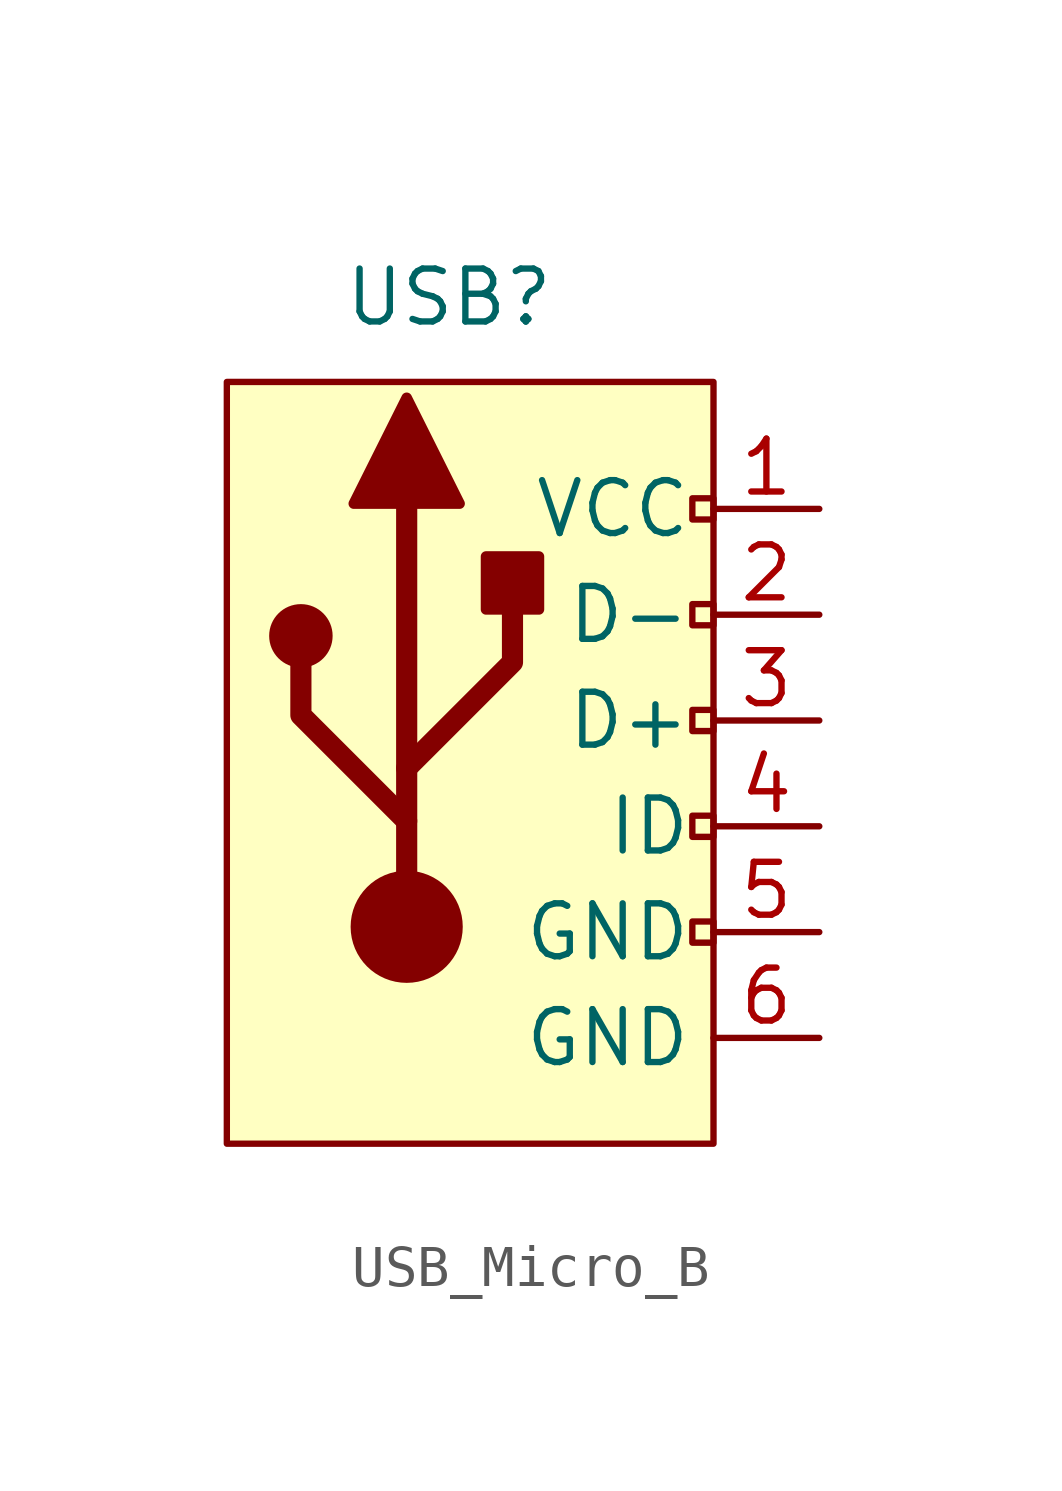
<source format=kicad_sym>
(kicad_symbol_lib
  (version 20220914)
  (generator kicad_symbol_editor)
  (symbol "USB_Micro_B"
    (property "Reference" "USB"
      (at -8.89 5.08 0)
      (effects (font (size 1.27 1.27))))
    (property "Value" ""
      (at -10.16 1.27 0)
      (effects (font (size 1.27 1.27))))
    (symbol "USB_Micro_B_0_0"
      (rectangle (start -3.048 -9.906) (end -2.54 -10.414) (stroke (width 0) (type default)) (fill (type none)))
      (rectangle (start -3.048 -7.366) (end -2.54 -7.874) (stroke (width 0) (type default)) (fill (type none)))
      (rectangle (start -3.048 -4.826) (end -2.54 -5.334) (stroke (width 0) (type default)) (fill (type none)))
      (rectangle (start -3.048 -2.286) (end -2.54 -2.794) (stroke (width 0) (type default)) (fill (type none)))
      (rectangle (start -3.048 0.254) (end -2.54 -0.254) (stroke (width 0) (type default)) (fill (type none))))
    (symbol "USB_Micro_B_0_1"
      (rectangle (start -14.224 3.048) (end -2.54 -15.24) (stroke (width 0) (type default)) (fill (type background))))
    (symbol "USB_Micro_B_1_1"
      (circle (center -12.446 -3.048) (radius 0.635) (stroke (width 0.254) (type default)) (fill (type outline)))
      (circle (center -9.906 -10.033) (radius 1.27) (stroke (width 0) (type default)) (fill (type outline)))
      (rectangle (start -8.001 -1.143) (end -6.731 -2.413) (stroke (width 0.254) (type default)) (fill (type outline)))
      (polyline (pts (xy -9.906 -10.033) (xy -9.906 0.127)) (stroke (width 0.508) (type default)) (fill (type none)))
      (polyline (pts (xy -9.906 -7.493) (xy -12.446 -4.953) (xy -12.446 -3.683)) (stroke (width 0.508) (type default)) (fill (type none)))
      (polyline (pts (xy -9.906 -6.223) (xy -7.366 -3.683) (xy -7.366 -2.413)) (stroke (width 0.508) (type default)) (fill (type none)))
      (polyline (pts (xy -11.176 0.127) (xy -9.906 2.667) (xy -8.636 0.127) (xy -11.176 0.127)) (stroke (width 0.254) (type default)) (fill (type outline)))
      (pin power_out line (at 0 0 180) (length 2.54) (name "VCC" (effects (font (size 1.27 1.27)))) (number "1" (effects (font (size 1.27 1.27)))))
      (pin bidirectional line (at 0 -2.54 180) (length 2.54) (name "D-" (effects (font (size 1.27 1.27)))) (number "2" (effects (font (size 1.27 1.27)))))
      (pin bidirectional line (at 0 -5.08 180) (length 2.54) (name "D+" (effects (font (size 1.27 1.27)))) (number "3" (effects (font (size 1.27 1.27)))))
      (pin passive line (at 0 -7.62 180) (length 2.54) (name "ID" (effects (font (size 1.27 1.27)))) (number "4" (effects (font (size 1.27 1.27)))))
      (pin power_out line (at 0 -10.16 180) (length 2.54) (name "GND" (effects (font (size 1.27 1.27)))) (number "5" (effects (font (size 1.27 1.27)))))
      (pin power_out line (at 0 -12.7 180) (length 2.54) (name "GND" (effects (font (size 1.27 1.27)))) (number "6" (effects (font (size 1.27 1.27))))))))
</source>
